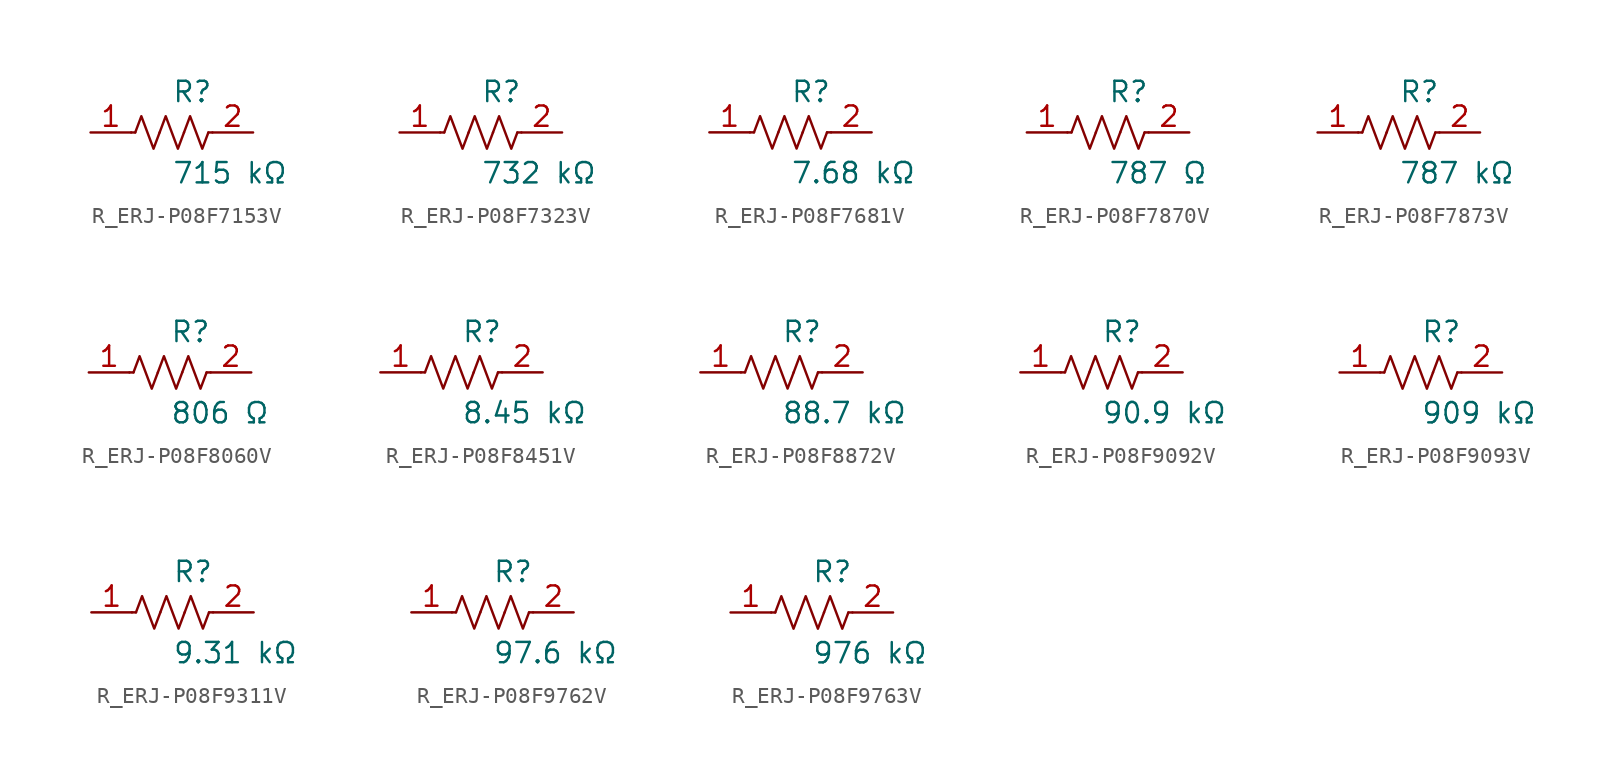
<source format=kicad_sym>
(kicad_symbol_lib
  (version 20231120)
  (generator kicad_symbol_editor)
  (generator_version 8.0)
  (symbol "R_ERJ-P08F7153V"
    (pin_names
      (offset 0.254))
    (property "Reference" "R"
      (at 0.0 2.54 0)
      (effects (font (size 1.27 1.27)) (justify left)))
    (property "Value" "715 kΩ"
      (at 0.0 -2.54 0)
      (effects (font (size 1.27 1.27)) (justify left)))
    (symbol "R_ERJ-P08F7153V_0_1"
      (polyline (pts (xy 2.286 0) (xy 2.54 0)) (stroke (width 0) (type default)) (fill (type none)))
      (polyline (pts (xy -2.286 0) (xy -2.54 0)) (stroke (width 0) (type default)) (fill (type none)))
      (polyline (pts (xy 0.762 0) (xy 1.143 1.016) (xy 1.524 0) (xy 1.905 -1.016) (xy 2.286 0)) (stroke (width 0) (type default)) (fill (type none)))
      (polyline (pts (xy -0.762 0) (xy -0.381 1.016) (xy 0 0) (xy 0.381 -1.016) (xy 0.762 0)) (stroke (width 0) (type default)) (fill (type none)))
      (polyline (pts (xy -2.286 0) (xy -1.905 1.016) (xy -1.524 0) (xy -1.143 -1.016) (xy -0.762 0)) (stroke (width 0) (type default)) (fill (type none))))
    (pin unspecified line
      (at -5.08 0 0)
      (length 2.54)
      (name "" (effects (font (size 1.27 1.27))))
      (number "1" (effects (font (size 1.27 1.27)))))
    (pin unspecified line
      (at 5.08 0 180)
      (length 2.54)
      (name "" (effects (font (size 1.27 1.27))))
      (number "2" (effects (font (size 1.27 1.27))))))
  (symbol "R_ERJ-P08F7323V"
    (pin_names
      (offset 0.254))
    (property "Reference" "R"
      (at 0.0 2.54 0)
      (effects (font (size 1.27 1.27)) (justify left)))
    (property "Value" "732 kΩ"
      (at 0.0 -2.54 0)
      (effects (font (size 1.27 1.27)) (justify left)))
    (symbol "R_ERJ-P08F7323V_0_1"
      (polyline (pts (xy 2.286 0) (xy 2.54 0)) (stroke (width 0) (type default)) (fill (type none)))
      (polyline (pts (xy -2.286 0) (xy -2.54 0)) (stroke (width 0) (type default)) (fill (type none)))
      (polyline (pts (xy 0.762 0) (xy 1.143 1.016) (xy 1.524 0) (xy 1.905 -1.016) (xy 2.286 0)) (stroke (width 0) (type default)) (fill (type none)))
      (polyline (pts (xy -0.762 0) (xy -0.381 1.016) (xy 0 0) (xy 0.381 -1.016) (xy 0.762 0)) (stroke (width 0) (type default)) (fill (type none)))
      (polyline (pts (xy -2.286 0) (xy -1.905 1.016) (xy -1.524 0) (xy -1.143 -1.016) (xy -0.762 0)) (stroke (width 0) (type default)) (fill (type none))))
    (pin unspecified line
      (at -5.08 0 0)
      (length 2.54)
      (name "" (effects (font (size 1.27 1.27))))
      (number "1" (effects (font (size 1.27 1.27)))))
    (pin unspecified line
      (at 5.08 0 180)
      (length 2.54)
      (name "" (effects (font (size 1.27 1.27))))
      (number "2" (effects (font (size 1.27 1.27))))))
  (symbol "R_ERJ-P08F7681V"
    (pin_names
      (offset 0.254))
    (property "Reference" "R"
      (at 0.0 2.54 0)
      (effects (font (size 1.27 1.27)) (justify left)))
    (property "Value" "7.68 kΩ"
      (at 0.0 -2.54 0)
      (effects (font (size 1.27 1.27)) (justify left)))
    (symbol "R_ERJ-P08F7681V_0_1"
      (polyline (pts (xy 2.286 0) (xy 2.54 0)) (stroke (width 0) (type default)) (fill (type none)))
      (polyline (pts (xy -2.286 0) (xy -2.54 0)) (stroke (width 0) (type default)) (fill (type none)))
      (polyline (pts (xy 0.762 0) (xy 1.143 1.016) (xy 1.524 0) (xy 1.905 -1.016) (xy 2.286 0)) (stroke (width 0) (type default)) (fill (type none)))
      (polyline (pts (xy -0.762 0) (xy -0.381 1.016) (xy 0 0) (xy 0.381 -1.016) (xy 0.762 0)) (stroke (width 0) (type default)) (fill (type none)))
      (polyline (pts (xy -2.286 0) (xy -1.905 1.016) (xy -1.524 0) (xy -1.143 -1.016) (xy -0.762 0)) (stroke (width 0) (type default)) (fill (type none))))
    (pin unspecified line
      (at -5.08 0 0)
      (length 2.54)
      (name "" (effects (font (size 1.27 1.27))))
      (number "1" (effects (font (size 1.27 1.27)))))
    (pin unspecified line
      (at 5.08 0 180)
      (length 2.54)
      (name "" (effects (font (size 1.27 1.27))))
      (number "2" (effects (font (size 1.27 1.27))))))
  (symbol "R_ERJ-P08F7870V"
    (pin_names
      (offset 0.254))
    (property "Reference" "R"
      (at 0.0 2.54 0)
      (effects (font (size 1.27 1.27)) (justify left)))
    (property "Value" "787 Ω"
      (at 0.0 -2.54 0)
      (effects (font (size 1.27 1.27)) (justify left)))
    (symbol "R_ERJ-P08F7870V_0_1"
      (polyline (pts (xy 2.286 0) (xy 2.54 0)) (stroke (width 0) (type default)) (fill (type none)))
      (polyline (pts (xy -2.286 0) (xy -2.54 0)) (stroke (width 0) (type default)) (fill (type none)))
      (polyline (pts (xy 0.762 0) (xy 1.143 1.016) (xy 1.524 0) (xy 1.905 -1.016) (xy 2.286 0)) (stroke (width 0) (type default)) (fill (type none)))
      (polyline (pts (xy -0.762 0) (xy -0.381 1.016) (xy 0 0) (xy 0.381 -1.016) (xy 0.762 0)) (stroke (width 0) (type default)) (fill (type none)))
      (polyline (pts (xy -2.286 0) (xy -1.905 1.016) (xy -1.524 0) (xy -1.143 -1.016) (xy -0.762 0)) (stroke (width 0) (type default)) (fill (type none))))
    (pin unspecified line
      (at -5.08 0 0)
      (length 2.54)
      (name "" (effects (font (size 1.27 1.27))))
      (number "1" (effects (font (size 1.27 1.27)))))
    (pin unspecified line
      (at 5.08 0 180)
      (length 2.54)
      (name "" (effects (font (size 1.27 1.27))))
      (number "2" (effects (font (size 1.27 1.27))))))
  (symbol "R_ERJ-P08F7873V"
    (pin_names
      (offset 0.254))
    (property "Reference" "R"
      (at 0.0 2.54 0)
      (effects (font (size 1.27 1.27)) (justify left)))
    (property "Value" "787 kΩ"
      (at 0.0 -2.54 0)
      (effects (font (size 1.27 1.27)) (justify left)))
    (symbol "R_ERJ-P08F7873V_0_1"
      (polyline (pts (xy 2.286 0) (xy 2.54 0)) (stroke (width 0) (type default)) (fill (type none)))
      (polyline (pts (xy -2.286 0) (xy -2.54 0)) (stroke (width 0) (type default)) (fill (type none)))
      (polyline (pts (xy 0.762 0) (xy 1.143 1.016) (xy 1.524 0) (xy 1.905 -1.016) (xy 2.286 0)) (stroke (width 0) (type default)) (fill (type none)))
      (polyline (pts (xy -0.762 0) (xy -0.381 1.016) (xy 0 0) (xy 0.381 -1.016) (xy 0.762 0)) (stroke (width 0) (type default)) (fill (type none)))
      (polyline (pts (xy -2.286 0) (xy -1.905 1.016) (xy -1.524 0) (xy -1.143 -1.016) (xy -0.762 0)) (stroke (width 0) (type default)) (fill (type none))))
    (pin unspecified line
      (at -5.08 0 0)
      (length 2.54)
      (name "" (effects (font (size 1.27 1.27))))
      (number "1" (effects (font (size 1.27 1.27)))))
    (pin unspecified line
      (at 5.08 0 180)
      (length 2.54)
      (name "" (effects (font (size 1.27 1.27))))
      (number "2" (effects (font (size 1.27 1.27))))))
  (symbol "R_ERJ-P08F8060V"
    (pin_names
      (offset 0.254))
    (property "Reference" "R"
      (at 0.0 2.54 0)
      (effects (font (size 1.27 1.27)) (justify left)))
    (property "Value" "806 Ω"
      (at 0.0 -2.54 0)
      (effects (font (size 1.27 1.27)) (justify left)))
    (symbol "R_ERJ-P08F8060V_0_1"
      (polyline (pts (xy 2.286 0) (xy 2.54 0)) (stroke (width 0) (type default)) (fill (type none)))
      (polyline (pts (xy -2.286 0) (xy -2.54 0)) (stroke (width 0) (type default)) (fill (type none)))
      (polyline (pts (xy 0.762 0) (xy 1.143 1.016) (xy 1.524 0) (xy 1.905 -1.016) (xy 2.286 0)) (stroke (width 0) (type default)) (fill (type none)))
      (polyline (pts (xy -0.762 0) (xy -0.381 1.016) (xy 0 0) (xy 0.381 -1.016) (xy 0.762 0)) (stroke (width 0) (type default)) (fill (type none)))
      (polyline (pts (xy -2.286 0) (xy -1.905 1.016) (xy -1.524 0) (xy -1.143 -1.016) (xy -0.762 0)) (stroke (width 0) (type default)) (fill (type none))))
    (pin unspecified line
      (at -5.08 0 0)
      (length 2.54)
      (name "" (effects (font (size 1.27 1.27))))
      (number "1" (effects (font (size 1.27 1.27)))))
    (pin unspecified line
      (at 5.08 0 180)
      (length 2.54)
      (name "" (effects (font (size 1.27 1.27))))
      (number "2" (effects (font (size 1.27 1.27))))))
  (symbol "R_ERJ-P08F8451V"
    (pin_names
      (offset 0.254))
    (property "Reference" "R"
      (at 0.0 2.54 0)
      (effects (font (size 1.27 1.27)) (justify left)))
    (property "Value" "8.45 kΩ"
      (at 0.0 -2.54 0)
      (effects (font (size 1.27 1.27)) (justify left)))
    (symbol "R_ERJ-P08F8451V_0_1"
      (polyline (pts (xy 2.286 0) (xy 2.54 0)) (stroke (width 0) (type default)) (fill (type none)))
      (polyline (pts (xy -2.286 0) (xy -2.54 0)) (stroke (width 0) (type default)) (fill (type none)))
      (polyline (pts (xy 0.762 0) (xy 1.143 1.016) (xy 1.524 0) (xy 1.905 -1.016) (xy 2.286 0)) (stroke (width 0) (type default)) (fill (type none)))
      (polyline (pts (xy -0.762 0) (xy -0.381 1.016) (xy 0 0) (xy 0.381 -1.016) (xy 0.762 0)) (stroke (width 0) (type default)) (fill (type none)))
      (polyline (pts (xy -2.286 0) (xy -1.905 1.016) (xy -1.524 0) (xy -1.143 -1.016) (xy -0.762 0)) (stroke (width 0) (type default)) (fill (type none))))
    (pin unspecified line
      (at -5.08 0 0)
      (length 2.54)
      (name "" (effects (font (size 1.27 1.27))))
      (number "1" (effects (font (size 1.27 1.27)))))
    (pin unspecified line
      (at 5.08 0 180)
      (length 2.54)
      (name "" (effects (font (size 1.27 1.27))))
      (number "2" (effects (font (size 1.27 1.27))))))
  (symbol "R_ERJ-P08F8872V"
    (pin_names
      (offset 0.254))
    (property "Reference" "R"
      (at 0.0 2.54 0)
      (effects (font (size 1.27 1.27)) (justify left)))
    (property "Value" "88.7 kΩ"
      (at 0.0 -2.54 0)
      (effects (font (size 1.27 1.27)) (justify left)))
    (symbol "R_ERJ-P08F8872V_0_1"
      (polyline (pts (xy 2.286 0) (xy 2.54 0)) (stroke (width 0) (type default)) (fill (type none)))
      (polyline (pts (xy -2.286 0) (xy -2.54 0)) (stroke (width 0) (type default)) (fill (type none)))
      (polyline (pts (xy 0.762 0) (xy 1.143 1.016) (xy 1.524 0) (xy 1.905 -1.016) (xy 2.286 0)) (stroke (width 0) (type default)) (fill (type none)))
      (polyline (pts (xy -0.762 0) (xy -0.381 1.016) (xy 0 0) (xy 0.381 -1.016) (xy 0.762 0)) (stroke (width 0) (type default)) (fill (type none)))
      (polyline (pts (xy -2.286 0) (xy -1.905 1.016) (xy -1.524 0) (xy -1.143 -1.016) (xy -0.762 0)) (stroke (width 0) (type default)) (fill (type none))))
    (pin unspecified line
      (at -5.08 0 0)
      (length 2.54)
      (name "" (effects (font (size 1.27 1.27))))
      (number "1" (effects (font (size 1.27 1.27)))))
    (pin unspecified line
      (at 5.08 0 180)
      (length 2.54)
      (name "" (effects (font (size 1.27 1.27))))
      (number "2" (effects (font (size 1.27 1.27))))))
  (symbol "R_ERJ-P08F9092V"
    (pin_names
      (offset 0.254))
    (property "Reference" "R"
      (at 0.0 2.54 0)
      (effects (font (size 1.27 1.27)) (justify left)))
    (property "Value" "90.9 kΩ"
      (at 0.0 -2.54 0)
      (effects (font (size 1.27 1.27)) (justify left)))
    (symbol "R_ERJ-P08F9092V_0_1"
      (polyline (pts (xy 2.286 0) (xy 2.54 0)) (stroke (width 0) (type default)) (fill (type none)))
      (polyline (pts (xy -2.286 0) (xy -2.54 0)) (stroke (width 0) (type default)) (fill (type none)))
      (polyline (pts (xy 0.762 0) (xy 1.143 1.016) (xy 1.524 0) (xy 1.905 -1.016) (xy 2.286 0)) (stroke (width 0) (type default)) (fill (type none)))
      (polyline (pts (xy -0.762 0) (xy -0.381 1.016) (xy 0 0) (xy 0.381 -1.016) (xy 0.762 0)) (stroke (width 0) (type default)) (fill (type none)))
      (polyline (pts (xy -2.286 0) (xy -1.905 1.016) (xy -1.524 0) (xy -1.143 -1.016) (xy -0.762 0)) (stroke (width 0) (type default)) (fill (type none))))
    (pin unspecified line
      (at -5.08 0 0)
      (length 2.54)
      (name "" (effects (font (size 1.27 1.27))))
      (number "1" (effects (font (size 1.27 1.27)))))
    (pin unspecified line
      (at 5.08 0 180)
      (length 2.54)
      (name "" (effects (font (size 1.27 1.27))))
      (number "2" (effects (font (size 1.27 1.27))))))
  (symbol "R_ERJ-P08F9093V"
    (pin_names
      (offset 0.254))
    (property "Reference" "R"
      (at 0.0 2.54 0)
      (effects (font (size 1.27 1.27)) (justify left)))
    (property "Value" "909 kΩ"
      (at 0.0 -2.54 0)
      (effects (font (size 1.27 1.27)) (justify left)))
    (symbol "R_ERJ-P08F9093V_0_1"
      (polyline (pts (xy 2.286 0) (xy 2.54 0)) (stroke (width 0) (type default)) (fill (type none)))
      (polyline (pts (xy -2.286 0) (xy -2.54 0)) (stroke (width 0) (type default)) (fill (type none)))
      (polyline (pts (xy 0.762 0) (xy 1.143 1.016) (xy 1.524 0) (xy 1.905 -1.016) (xy 2.286 0)) (stroke (width 0) (type default)) (fill (type none)))
      (polyline (pts (xy -0.762 0) (xy -0.381 1.016) (xy 0 0) (xy 0.381 -1.016) (xy 0.762 0)) (stroke (width 0) (type default)) (fill (type none)))
      (polyline (pts (xy -2.286 0) (xy -1.905 1.016) (xy -1.524 0) (xy -1.143 -1.016) (xy -0.762 0)) (stroke (width 0) (type default)) (fill (type none))))
    (pin unspecified line
      (at -5.08 0 0)
      (length 2.54)
      (name "" (effects (font (size 1.27 1.27))))
      (number "1" (effects (font (size 1.27 1.27)))))
    (pin unspecified line
      (at 5.08 0 180)
      (length 2.54)
      (name "" (effects (font (size 1.27 1.27))))
      (number "2" (effects (font (size 1.27 1.27))))))
  (symbol "R_ERJ-P08F9311V"
    (pin_names
      (offset 0.254))
    (property "Reference" "R"
      (at 0.0 2.54 0)
      (effects (font (size 1.27 1.27)) (justify left)))
    (property "Value" "9.31 kΩ"
      (at 0.0 -2.54 0)
      (effects (font (size 1.27 1.27)) (justify left)))
    (symbol "R_ERJ-P08F9311V_0_1"
      (polyline (pts (xy 2.286 0) (xy 2.54 0)) (stroke (width 0) (type default)) (fill (type none)))
      (polyline (pts (xy -2.286 0) (xy -2.54 0)) (stroke (width 0) (type default)) (fill (type none)))
      (polyline (pts (xy 0.762 0) (xy 1.143 1.016) (xy 1.524 0) (xy 1.905 -1.016) (xy 2.286 0)) (stroke (width 0) (type default)) (fill (type none)))
      (polyline (pts (xy -0.762 0) (xy -0.381 1.016) (xy 0 0) (xy 0.381 -1.016) (xy 0.762 0)) (stroke (width 0) (type default)) (fill (type none)))
      (polyline (pts (xy -2.286 0) (xy -1.905 1.016) (xy -1.524 0) (xy -1.143 -1.016) (xy -0.762 0)) (stroke (width 0) (type default)) (fill (type none))))
    (pin unspecified line
      (at -5.08 0 0)
      (length 2.54)
      (name "" (effects (font (size 1.27 1.27))))
      (number "1" (effects (font (size 1.27 1.27)))))
    (pin unspecified line
      (at 5.08 0 180)
      (length 2.54)
      (name "" (effects (font (size 1.27 1.27))))
      (number "2" (effects (font (size 1.27 1.27))))))
  (symbol "R_ERJ-P08F9762V"
    (pin_names
      (offset 0.254))
    (property "Reference" "R"
      (at 0.0 2.54 0)
      (effects (font (size 1.27 1.27)) (justify left)))
    (property "Value" "97.6 kΩ"
      (at 0.0 -2.54 0)
      (effects (font (size 1.27 1.27)) (justify left)))
    (symbol "R_ERJ-P08F9762V_0_1"
      (polyline (pts (xy 2.286 0) (xy 2.54 0)) (stroke (width 0) (type default)) (fill (type none)))
      (polyline (pts (xy -2.286 0) (xy -2.54 0)) (stroke (width 0) (type default)) (fill (type none)))
      (polyline (pts (xy 0.762 0) (xy 1.143 1.016) (xy 1.524 0) (xy 1.905 -1.016) (xy 2.286 0)) (stroke (width 0) (type default)) (fill (type none)))
      (polyline (pts (xy -0.762 0) (xy -0.381 1.016) (xy 0 0) (xy 0.381 -1.016) (xy 0.762 0)) (stroke (width 0) (type default)) (fill (type none)))
      (polyline (pts (xy -2.286 0) (xy -1.905 1.016) (xy -1.524 0) (xy -1.143 -1.016) (xy -0.762 0)) (stroke (width 0) (type default)) (fill (type none))))
    (pin unspecified line
      (at -5.08 0 0)
      (length 2.54)
      (name "" (effects (font (size 1.27 1.27))))
      (number "1" (effects (font (size 1.27 1.27)))))
    (pin unspecified line
      (at 5.08 0 180)
      (length 2.54)
      (name "" (effects (font (size 1.27 1.27))))
      (number "2" (effects (font (size 1.27 1.27))))))
  (symbol "R_ERJ-P08F9763V"
    (pin_names
      (offset 0.254))
    (property "Reference" "R"
      (at 0.0 2.54 0)
      (effects (font (size 1.27 1.27)) (justify left)))
    (property "Value" "976 kΩ"
      (at 0.0 -2.54 0)
      (effects (font (size 1.27 1.27)) (justify left)))
    (symbol "R_ERJ-P08F9763V_0_1"
      (polyline (pts (xy 2.286 0) (xy 2.54 0)) (stroke (width 0) (type default)) (fill (type none)))
      (polyline (pts (xy -2.286 0) (xy -2.54 0)) (stroke (width 0) (type default)) (fill (type none)))
      (polyline (pts (xy 0.762 0) (xy 1.143 1.016) (xy 1.524 0) (xy 1.905 -1.016) (xy 2.286 0)) (stroke (width 0) (type default)) (fill (type none)))
      (polyline (pts (xy -0.762 0) (xy -0.381 1.016) (xy 0 0) (xy 0.381 -1.016) (xy 0.762 0)) (stroke (width 0) (type default)) (fill (type none)))
      (polyline (pts (xy -2.286 0) (xy -1.905 1.016) (xy -1.524 0) (xy -1.143 -1.016) (xy -0.762 0)) (stroke (width 0) (type default)) (fill (type none))))
    (pin unspecified line
      (at -5.08 0 0)
      (length 2.54)
      (name "" (effects (font (size 1.27 1.27))))
      (number "1" (effects (font (size 1.27 1.27)))))
    (pin unspecified line
      (at 5.08 0 180)
      (length 2.54)
      (name "" (effects (font (size 1.27 1.27))))
      (number "2" (effects (font (size 1.27 1.27)))))))
</source>
